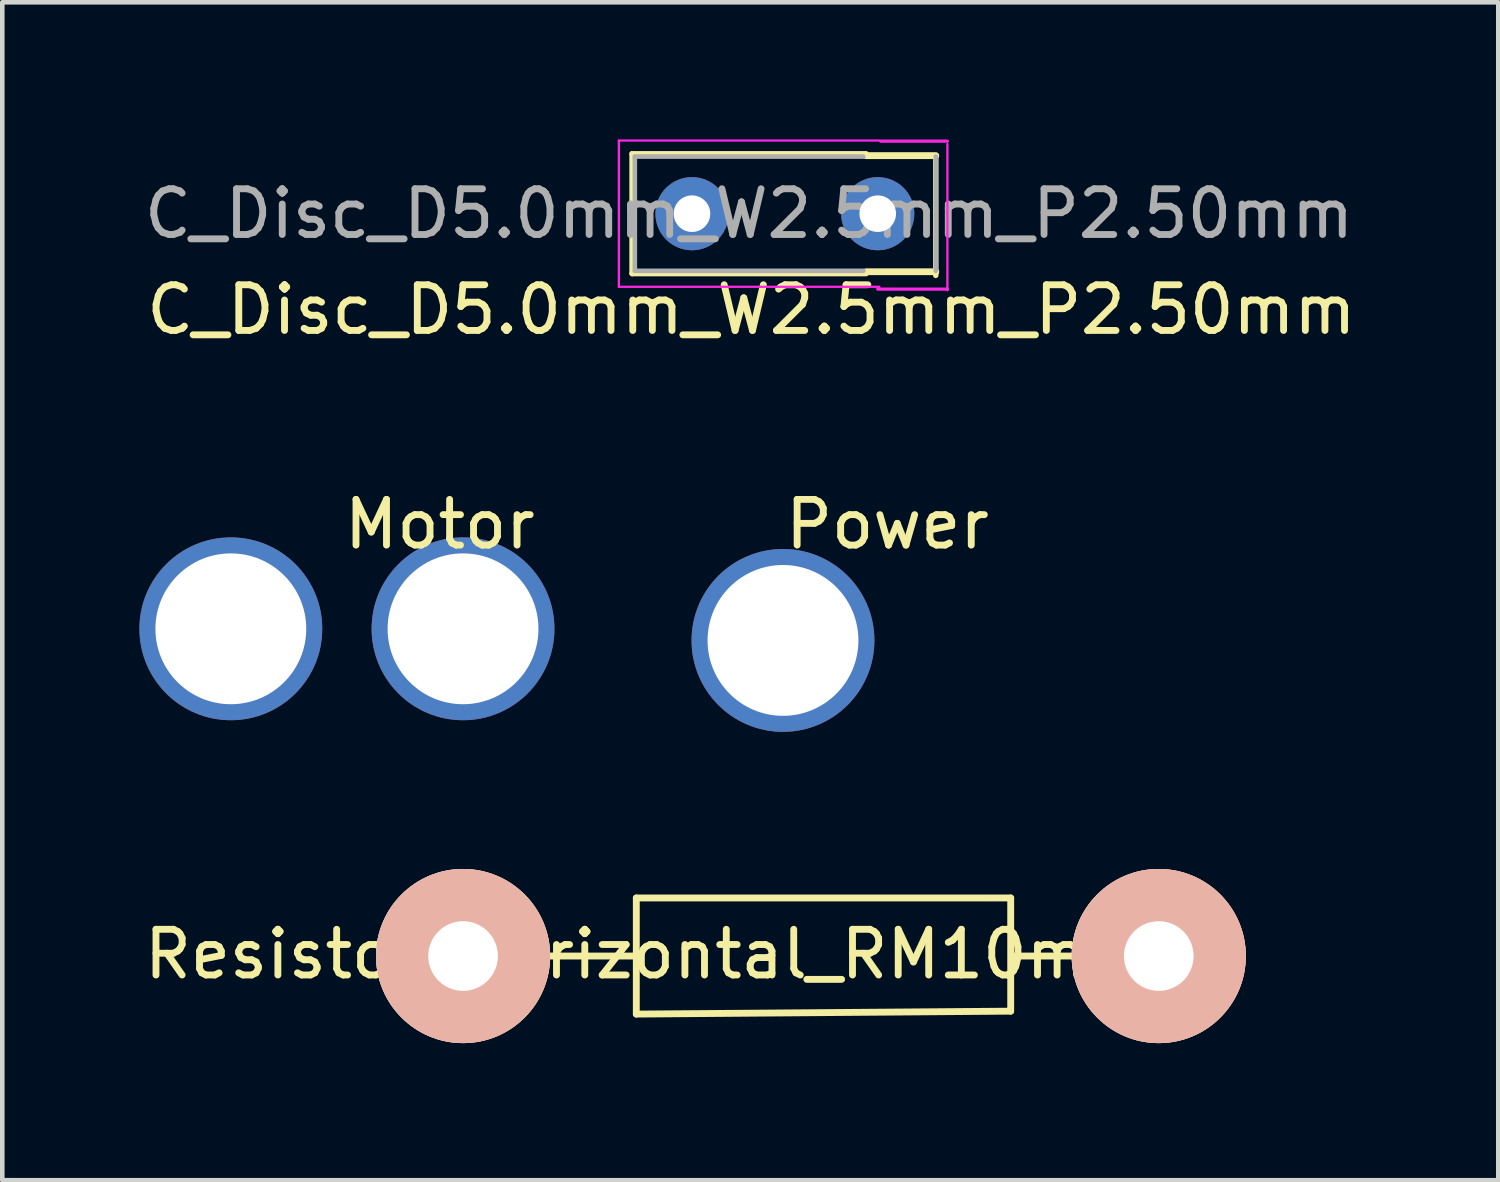
<source format=kicad_pcb>
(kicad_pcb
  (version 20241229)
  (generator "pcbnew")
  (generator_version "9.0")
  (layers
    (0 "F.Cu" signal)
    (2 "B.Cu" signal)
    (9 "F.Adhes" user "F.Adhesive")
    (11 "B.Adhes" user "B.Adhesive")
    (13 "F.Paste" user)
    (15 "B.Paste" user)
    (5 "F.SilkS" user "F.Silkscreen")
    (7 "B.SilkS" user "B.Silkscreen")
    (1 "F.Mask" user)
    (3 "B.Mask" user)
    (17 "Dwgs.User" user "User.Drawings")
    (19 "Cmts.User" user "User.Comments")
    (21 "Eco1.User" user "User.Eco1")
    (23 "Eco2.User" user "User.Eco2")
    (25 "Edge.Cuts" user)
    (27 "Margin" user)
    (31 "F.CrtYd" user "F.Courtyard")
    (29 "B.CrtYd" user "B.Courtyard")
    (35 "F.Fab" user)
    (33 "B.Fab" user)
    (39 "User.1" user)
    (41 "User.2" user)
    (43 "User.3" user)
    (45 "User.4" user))
  (footprint "Power"
    (layer "F.Cu")
    (at 14.334 9.691)
    (property "Reference" "Power" (at 2.032 -1.27 0) (layer "F.SilkS") (effects (font (size 1 1) (thickness 0.15))))
    (attr through_hole)
    (pad "1" thru_hole circle (at -0.254 1.27) (size 4 4) (drill 3.3) (layers "*.Cu" "*.Mask")))
  (footprint "C_Disc_D5.0mm_W2.5mm_P2.50mm"
    (layer "F.Cu")
    (at 12.089 1.625)
    (property "Reference" "C_Disc_D5.0mm_W2.5mm_P2.50mm" (at 1.3 2.1 0) (layer "F.SilkS") (effects (font (size 1 1) (thickness 0.15))))
    (attr through_hole)
    (fp_line (start -1.31 -1.31) (end -1.31 1.31) (stroke (width 0.12) (type solid)) (layer "F.SilkS"))
    (fp_line (start -1.31 -1.31) (end 3.81 -1.31) (stroke (width 0.12) (type solid)) (layer "F.SilkS"))
    (fp_line (start -1.31 1.31) (end 3.81 1.31) (stroke (width 0.12) (type solid)) (layer "F.SilkS"))
    (fp_line (start 3.81 1.27) (end 5.334 1.27) (stroke (width 0.15) (type solid)) (layer "F.SilkS"))
    (fp_line (start 5.334 -1.27) (end 3.81 -1.27) (stroke (width 0.15) (type solid)) (layer "F.SilkS"))
    (fp_line (start 5.334 -1.27) (end 5.334 1.35) (stroke (width 0.12) (type solid)) (layer "F.SilkS"))
    (fp_line (start -1.6 -1.6) (end -1.6 1.6) (stroke (width 0.05) (type solid)) (layer "F.CrtYd"))
    (fp_line (start -1.6 1.6) (end 4.1 1.6) (stroke (width 0.05) (type solid)) (layer "F.CrtYd"))
    (fp_line (start 4.064 1.651) (end 5.588 1.651) (stroke (width 0.07) (type solid)) (layer "F.CrtYd"))
    (fp_line (start 4.1 -1.6) (end -1.6 -1.6) (stroke (width 0.05) (type solid)) (layer "F.CrtYd"))
    (fp_line (start 4.128 -1.587) (end 5.588 -1.587) (stroke (width 0.07) (type solid)) (layer "F.CrtYd"))
    (fp_line (start 5.588 1.676) (end 5.588 -1.524) (stroke (width 0.05) (type solid)) (layer "F.CrtYd"))
    (fp_line (start -1.25 -1.25) (end -1.25 1.25) (stroke (width 0.1) (type solid)) (layer "F.Fab"))
    (fp_line (start -1.25 1.25) (end 3.75 1.25) (stroke (width 0.1) (type solid)) (layer "F.Fab"))
    (fp_line (start 3.75 -1.25) (end -1.25 -1.25) (stroke (width 0.1) (type solid)) (layer "F.Fab"))
    (fp_line (start 5.334 1.25) (end 5.334 -1.25) (stroke (width 0.1) (type solid)) (layer "F.Fab"))
    (fp_text user "${REFERENCE}" (at 1.25 0 0) (layer "F.Fab") (effects (font (size 1 1) (thickness 0.15))))
    (pad "1" thru_hole circle (at 0 0) (size 1.6 1.6) (drill 0.8) (layers "*.Cu" "*.Mask"))
    (pad "2" thru_hole circle (at 4.064 0) (size 1.6 1.6) (drill 0.8) (layers "*.Cu" "*.Mask")))
  (footprint "Resistor_Horizontal_RM10mm"
    (layer "F.Cu")
    (at 1.981 17.866)
    (property "Reference" "Resistor_Horizontal_RM10mm" (at 9.12 -0.04 0) (layer "F.SilkS") (effects (font (size 1 1) (thickness 0.15))))
    (attr through_hole)
    (fp_line (start 8.89 -1.27) (end 17.081 -1.27) (stroke (width 0.15) (type solid)) (layer "F.SilkS"))
    (fp_line (start 8.89 0) (end 6.35 0) (stroke (width 0.15) (type solid)) (layer "F.SilkS"))
    (fp_line (start 8.89 1.27) (end 8.89 -1.27) (stroke (width 0.15) (type solid)) (layer "F.SilkS"))
    (fp_line (start 17.081 -1.27) (end 17.081 1.206) (stroke (width 0.15) (type solid)) (layer "F.SilkS"))
    (fp_line (start 17.081 1.206) (end 8.89 1.27) (stroke (width 0.15) (type solid)) (layer "F.SilkS"))
    (fp_line (start 17.145 0) (end 18.415 0) (stroke (width 0.15) (type solid)) (layer "F.SilkS"))
    (pad "1" thru_hole circle (at 5.1 0) (size 3.81 3.81) (drill 1.524) (layers "*.Cu" "*.SilkS" "*.Mask"))
    (pad "2" thru_hole circle (at 20.32 0) (size 3.81 3.81) (drill 1.524) (layers "*.Cu" "*.SilkS" "*.Mask")))
  (footprint "Motor"
    (layer "F.Cu")
    (at 4.54 9.691)
    (property "Reference" "Motor" (at 2.032 -1.27 0) (layer "F.SilkS") (effects (font (size 1 1) (thickness 0.15))))
    (attr through_hole)
    (pad "1" thru_hole circle (at -2.54 1.016) (size 4 4) (drill 3.3) (layers "*.Cu" "*.Mask"))
    (pad "2" thru_hole circle (at 2.54 1.016) (size 4 4) (drill 3.3) (layers "*.Cu" "*.Mask")))
  (gr_rect
    (start -3 -3)
    (end 29.729 22.771)
    (stroke (width 0.1) (type default))
    (fill no)
    (layer "Edge.Cuts")))
</source>
